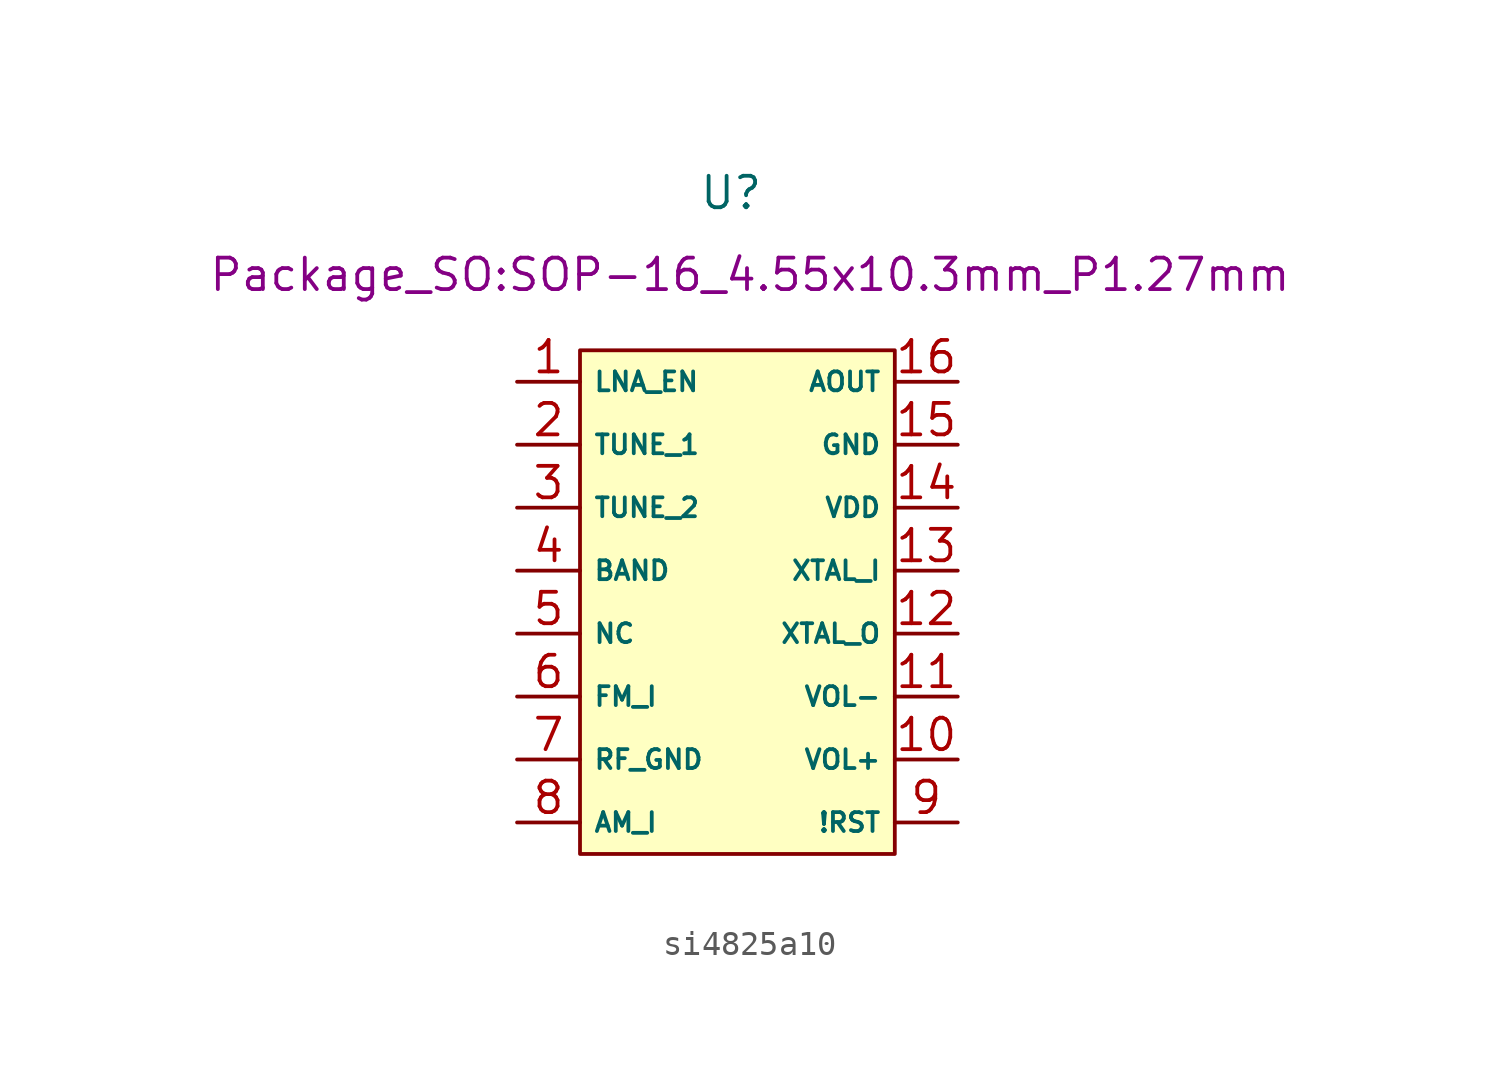
<source format=kicad_sym>
(kicad_symbol_lib
  (version 20231120)
  (generator "kicad_symbol_editor")
  (generator_version "8.0")
  (symbol "si4825a10"
    (property "Reference" "U"
      (at -0.254 15.24 0)
      (effects (font (size 1.27 1.27))))
    (property "Value" ""
      (at -0.254 15.24 0)
      (effects (font (size 1.27 1.27))))
    (property "Footprint" "Package_SO:SOP-16_4.55x10.3mm_P1.27mm"
      (at 0.508 11.938 0)
      (effects (font (size 1.27 1.27))))
    (symbol "si4825a10_1_1"
      (rectangle (start -6.35 8.89) (end 6.35 -11.43) (stroke (width 0) (type default)) (fill (type background)))
      (pin input line (at -8.89 7.62 0) (length 2.54) (name "LNA_EN" (effects (font (size 0.762 0.762)))) (number "1" (effects (font (size 1.27 1.27)))))
      (pin input line (at 8.89 -7.62 180) (length 2.54) (name "VOL+" (effects (font (size 0.762 0.762)))) (number "10" (effects (font (size 1.27 1.27)))))
      (pin input line (at 8.89 -5.08 180) (length 2.54) (name "VOL-" (effects (font (size 0.762 0.762)))) (number "11" (effects (font (size 1.27 1.27)))))
      (pin output line (at 8.89 -2.54 180) (length 2.54) (name "XTAL_O" (effects (font (size 0.762 0.762)))) (number "12" (effects (font (size 1.27 1.27)))))
      (pin output line (at 8.89 0 180) (length 2.54) (name "XTAL_I" (effects (font (size 0.762 0.762)))) (number "13" (effects (font (size 1.27 1.27)))))
      (pin power_in line (at 8.89 2.54 180) (length 2.54) (name "VDD" (effects (font (size 0.762 0.762)))) (number "14" (effects (font (size 1.27 1.27)))))
      (pin power_in line (at 8.89 5.08 180) (length 2.54) (name "GND" (effects (font (size 0.762 0.762)))) (number "15" (effects (font (size 1.27 1.27)))))
      (pin input line (at 8.89 7.62 180) (length 2.54) (name "AOUT" (effects (font (size 0.762 0.762)))) (number "16" (effects (font (size 1.27 1.27)))))
      (pin input line (at -8.89 5.08 0) (length 2.54) (name "TUNE_1" (effects (font (size 0.762 0.762)))) (number "2" (effects (font (size 1.27 1.27)))))
      (pin input line (at -8.89 2.54 0) (length 2.54) (name "TUNE_2" (effects (font (size 0.762 0.762)))) (number "3" (effects (font (size 1.27 1.27)))))
      (pin input line (at -8.89 0 0) (length 2.54) (name "BAND" (effects (font (size 0.762 0.762)))) (number "4" (effects (font (size 1.27 1.27)))))
      (pin input line (at -8.89 -2.54 0) (length 2.54) (name "NC" (effects (font (size 0.762 0.762)))) (number "5" (effects (font (size 1.27 1.27)))))
      (pin input line (at -8.89 -5.08 0) (length 2.54) (name "FM_I" (effects (font (size 0.762 0.762)))) (number "6" (effects (font (size 1.27 1.27)))))
      (pin power_in line (at -8.89 -7.62 0) (length 2.54) (name "RF_GND" (effects (font (size 0.762 0.762)))) (number "7" (effects (font (size 1.27 1.27)))))
      (pin input line (at -8.89 -10.16 0) (length 2.54) (name "AM_I" (effects (font (size 0.762 0.762)))) (number "8" (effects (font (size 1.27 1.27)))))
      (pin input line (at 8.89 -10.16 180) (length 2.54) (name "!RST" (effects (font (size 0.762 0.762)))) (number "9" (effects (font (size 1.27 1.27))))))))
</source>
